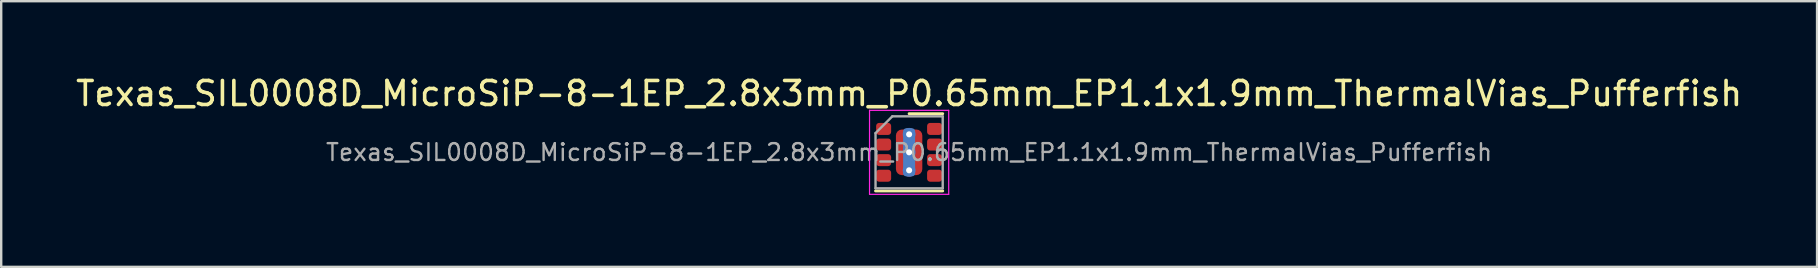
<source format=kicad_pcb>
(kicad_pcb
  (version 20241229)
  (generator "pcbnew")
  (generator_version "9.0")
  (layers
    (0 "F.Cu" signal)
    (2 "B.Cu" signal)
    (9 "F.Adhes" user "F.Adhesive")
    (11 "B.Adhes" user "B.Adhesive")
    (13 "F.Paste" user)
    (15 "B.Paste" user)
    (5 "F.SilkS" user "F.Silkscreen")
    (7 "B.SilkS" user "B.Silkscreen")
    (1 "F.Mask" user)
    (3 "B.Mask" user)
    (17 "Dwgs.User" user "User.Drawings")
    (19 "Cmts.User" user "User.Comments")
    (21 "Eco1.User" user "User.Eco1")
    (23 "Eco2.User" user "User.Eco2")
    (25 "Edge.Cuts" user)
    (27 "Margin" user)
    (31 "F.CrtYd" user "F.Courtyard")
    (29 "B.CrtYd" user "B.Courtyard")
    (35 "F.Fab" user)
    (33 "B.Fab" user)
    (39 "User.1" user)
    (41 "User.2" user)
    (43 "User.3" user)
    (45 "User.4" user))
  (footprint "Texas_SIL0008D_MicroSiP-8-1EP_2.8x3mm_P0.65mm_EP1.1x1.9mm_ThermalVias_Pufferfish"
    (layer "F.Cu")
    (at 34.839 3.298)
    (property "Reference" "Texas_SIL0008D_MicroSiP-8-1EP_2.8x3mm_P0.65mm_EP1.1x1.9mm_ThermalVias_Pufferfish" (at 0 -2.45 0) (layer "F.SilkS") (effects (font (size 1 1) (thickness 0.15))))
    (attr smd)
    (fp_line (start -1.4 1.61) (end 1.4 1.61) (stroke (width 0.12) (type solid)) (layer "F.SilkS"))
    (fp_line (start 0 -1.61) (end 1.4 -1.61) (stroke (width 0.12) (type solid)) (layer "F.SilkS"))
    (fp_line (start -1.65 -1.75) (end -1.65 1.75) (stroke (width 0.05) (type solid)) (layer "F.CrtYd"))
    (fp_line (start -1.65 1.75) (end 1.65 1.75) (stroke (width 0.05) (type solid)) (layer "F.CrtYd"))
    (fp_line (start 1.65 -1.75) (end -1.65 -1.75) (stroke (width 0.05) (type solid)) (layer "F.CrtYd"))
    (fp_line (start 1.65 1.75) (end 1.65 -1.75) (stroke (width 0.05) (type solid)) (layer "F.CrtYd"))
    (fp_line (start -1.4 -0.8) (end -0.7 -1.5) (stroke (width 0.1) (type solid)) (layer "F.Fab"))
    (fp_line (start -1.4 1.5) (end -1.4 -0.8) (stroke (width 0.1) (type solid)) (layer "F.Fab"))
    (fp_line (start -0.7 -1.5) (end 1.4 -1.5) (stroke (width 0.1) (type solid)) (layer "F.Fab"))
    (fp_line (start 1.4 -1.5) (end 1.4 1.5) (stroke (width 0.1) (type solid)) (layer "F.Fab"))
    (fp_line (start 1.4 1.5) (end -1.4 1.5) (stroke (width 0.1) (type solid)) (layer "F.Fab"))
    (fp_text user "${REFERENCE}" (at 0 0 0) (layer "F.Fab") (effects (font (size 0.7 0.7) (thickness 0.1))))
    (pad "" smd roundrect (at 0 -0.63) (size 0.95 0.55) (layers "F.Paste") (roundrect_rratio 0.25))
    (pad "" smd roundrect (at 0 0) (size 0.95 0.55) (layers "F.Paste") (roundrect_rratio 0.25))
    (pad "" smd roundrect (at 0 0.63) (size 0.95 0.55) (layers "F.Paste") (roundrect_rratio 0.25))
    (pad "1" smd roundrect (at -1.062 -0.975) (size 0.625 0.5) (layers "F.Cu" "F.Mask" "F.Paste") (roundrect_rratio 0.25))
    (pad "2" smd roundrect (at -1.062 -0.325) (size 0.625 0.5) (layers "F.Cu" "F.Mask" "F.Paste") (roundrect_rratio 0.25))
    (pad "3" smd roundrect (at -1.062 0.325) (size 0.625 0.5) (layers "F.Cu" "F.Mask" "F.Paste") (roundrect_rratio 0.25))
    (pad "4" smd roundrect (at -1.062 0.975) (size 0.625 0.5) (layers "F.Cu" "F.Mask" "F.Paste") (roundrect_rratio 0.25))
    (pad "5" smd roundrect (at 1.062 0.975) (size 0.625 0.5) (layers "F.Cu" "F.Mask" "F.Paste") (roundrect_rratio 0.25))
    (pad "6" smd roundrect (at 1.062 0.325) (size 0.625 0.5) (layers "F.Cu" "F.Mask" "F.Paste") (roundrect_rratio 0.25))
    (pad "7" smd roundrect (at 1.062 -0.325) (size 0.625 0.5) (layers "F.Cu" "F.Mask" "F.Paste") (roundrect_rratio 0.25))
    (pad "8" smd roundrect (at 1.062 -0.975) (size 0.625 0.5) (layers "F.Cu" "F.Mask" "F.Paste") (roundrect_rratio 0.25))
    (pad "9" thru_hole circle (at 0 -0.75) (size 0.533 0.533) (drill 0.254) (layers "*.Cu"))
    (pad "9" smd roundrect (at 0 0) (size 0.5 2) (layers "B.Cu") (roundrect_rratio 0.25))
    (pad "9" thru_hole circle (at 0 0) (size 0.533 0.533) (drill 0.254) (layers "*.Cu"))
    (pad "9" smd roundrect (at 0 0) (size 1.1 1.9) (layers "F.Cu" "F.Mask") (roundrect_rratio 0.227))
    (pad "9" thru_hole circle (at 0 0.75) (size 0.533 0.533) (drill 0.254) (layers "*.Cu")))
  (gr_rect
    (start -3 -3)
    (end 72.679 8.073)
    (stroke (width 0.1) (type default))
    (fill no)
    (layer "Edge.Cuts")))
</source>
